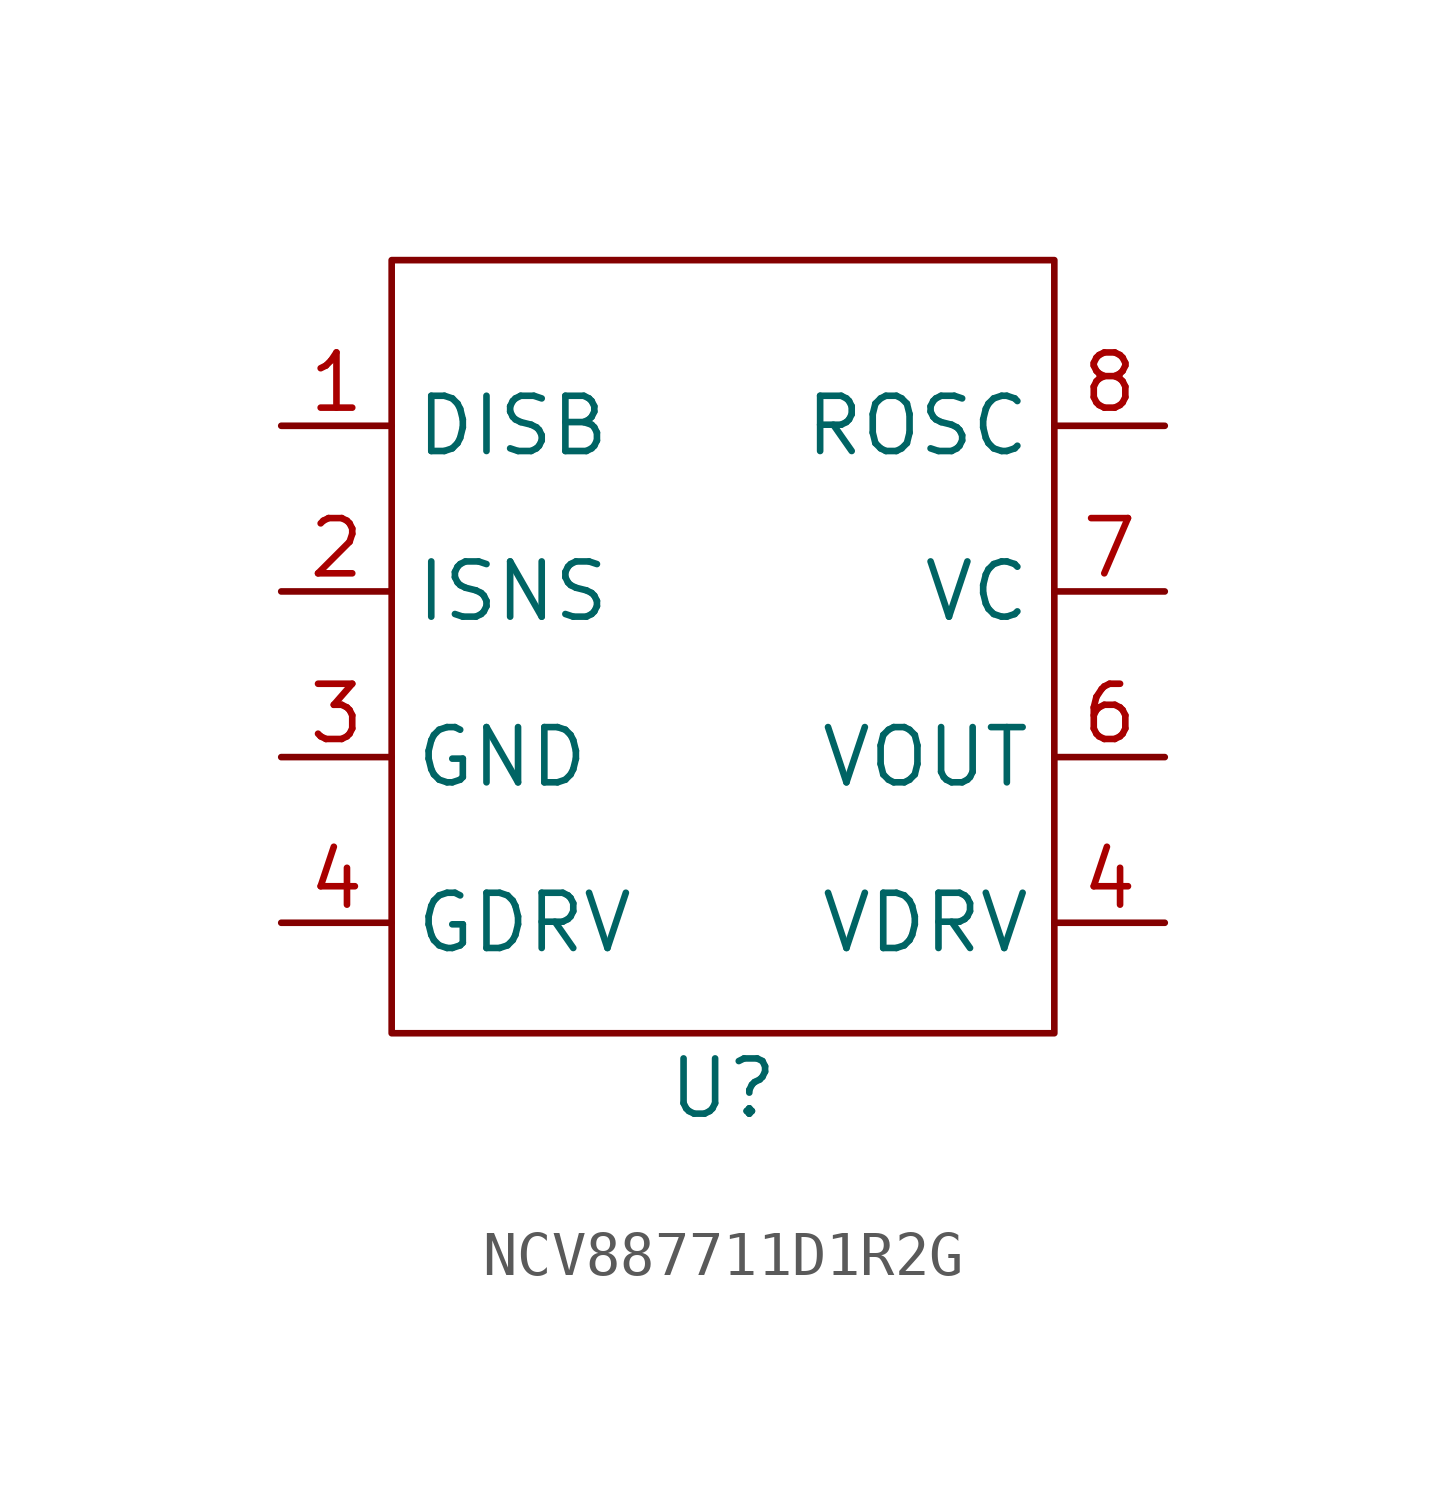
<source format=kicad_sym>
(kicad_symbol_lib
  (version 20231120)
  (generator "kicad_symbol_editor")
  (generator_version "8.0")
  (symbol "NCV887711D1R2G"
    (property "Reference" "U"
      (at 0 0 0)
      (effects (font (size 1.27 1.27))))
    (property "Value" ""
      (at 0 0 0)
      (effects (font (size 1.27 1.27))))
    (symbol "NCV887711D1R2G_0_1"
      (rectangle (start -7.62 19.05) (end 7.62 1.27) (stroke (width 0) (type default)) (fill (type none))))
    (symbol "NCV887711D1R2G_1_1"
      (pin input line (at -10.16 15.24 0) (length 2.54) (name "DISB" (effects (font (size 1.27 1.27)))) (number "1" (effects (font (size 1.27 1.27)))))
      (pin input line (at -10.16 11.43 0) (length 2.54) (name "ISNS" (effects (font (size 1.27 1.27)))) (number "2" (effects (font (size 1.27 1.27)))))
      (pin input line (at -10.16 7.62 0) (length 2.54) (name "GND" (effects (font (size 1.27 1.27)))) (number "3" (effects (font (size 1.27 1.27)))))
      (pin input line (at -10.16 3.81 0) (length 2.54) (name "GDRV" (effects (font (size 1.27 1.27)))) (number "4" (effects (font (size 1.27 1.27)))))
      (pin input line (at 10.16 3.81 180) (length 2.54) (name "VDRV" (effects (font (size 1.27 1.27)))) (number "4" (effects (font (size 1.27 1.27)))))
      (pin input line (at 10.16 7.62 180) (length 2.54) (name "VOUT" (effects (font (size 1.27 1.27)))) (number "6" (effects (font (size 1.27 1.27)))))
      (pin input line (at 10.16 11.43 180) (length 2.54) (name "VC" (effects (font (size 1.27 1.27)))) (number "7" (effects (font (size 1.27 1.27)))))
      (pin input line (at 10.16 15.24 180) (length 2.54) (name "ROSC" (effects (font (size 1.27 1.27)))) (number "8" (effects (font (size 1.27 1.27))))))))
</source>
